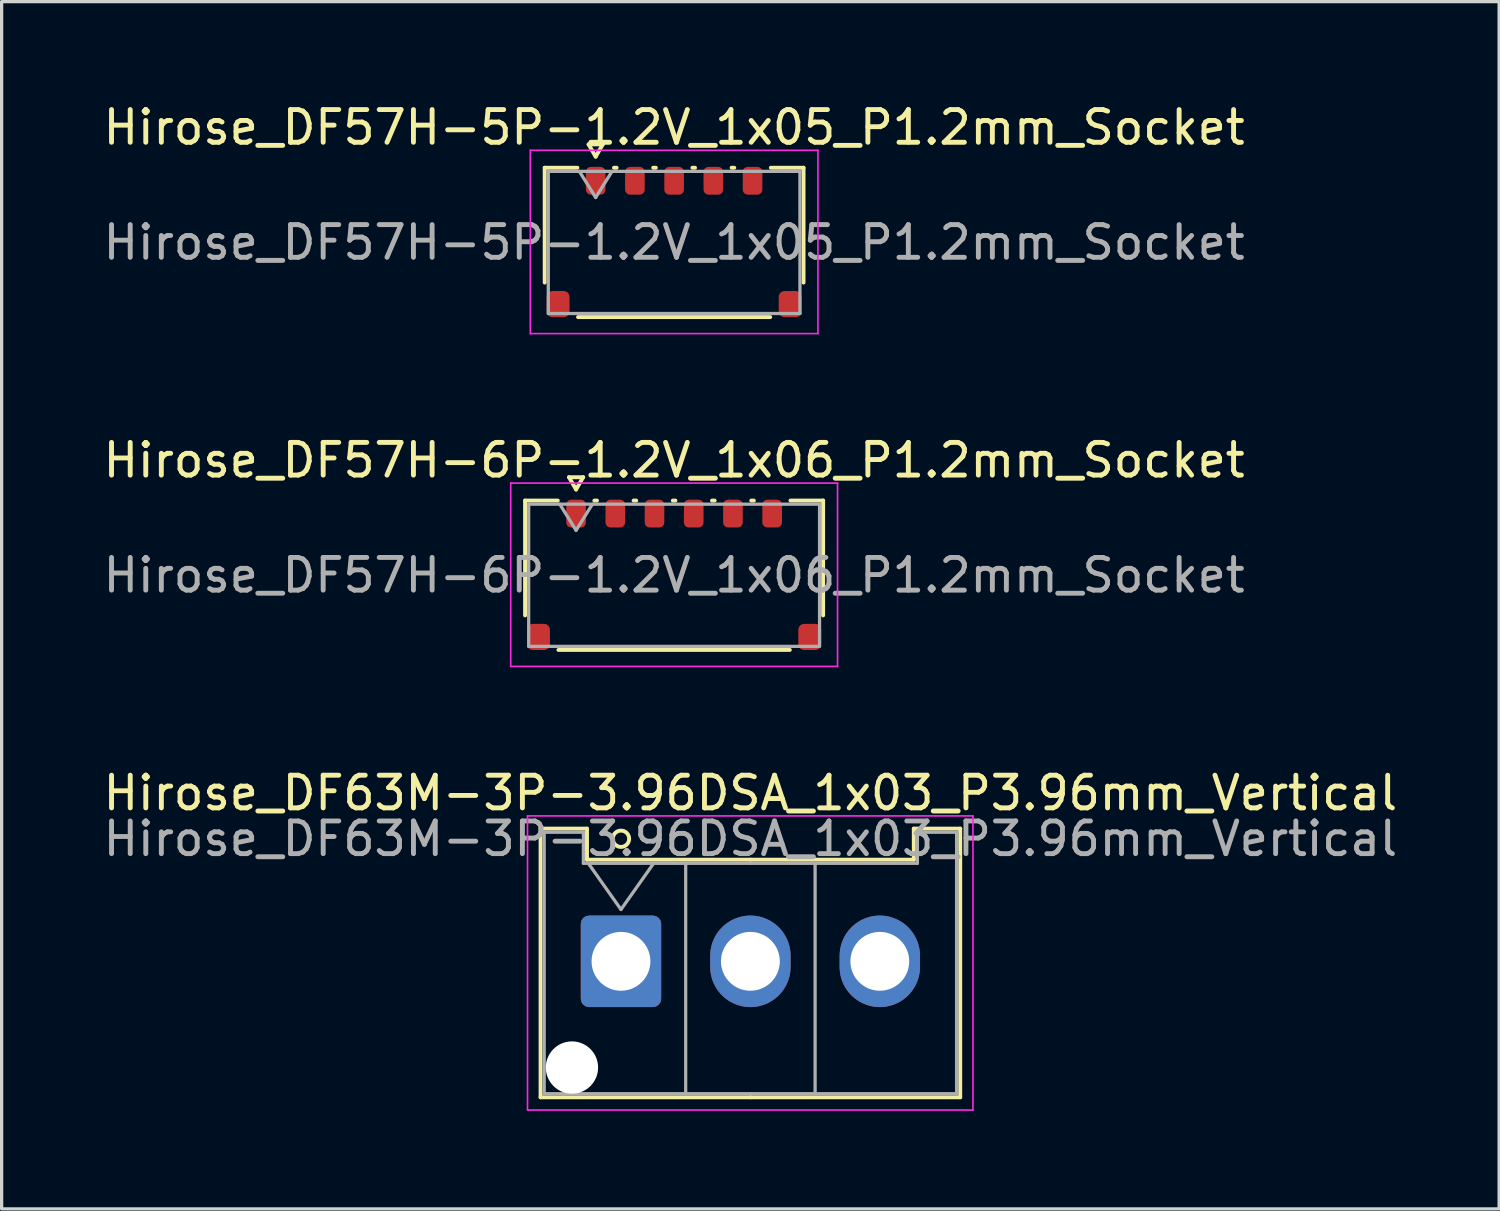
<source format=kicad_pcb>
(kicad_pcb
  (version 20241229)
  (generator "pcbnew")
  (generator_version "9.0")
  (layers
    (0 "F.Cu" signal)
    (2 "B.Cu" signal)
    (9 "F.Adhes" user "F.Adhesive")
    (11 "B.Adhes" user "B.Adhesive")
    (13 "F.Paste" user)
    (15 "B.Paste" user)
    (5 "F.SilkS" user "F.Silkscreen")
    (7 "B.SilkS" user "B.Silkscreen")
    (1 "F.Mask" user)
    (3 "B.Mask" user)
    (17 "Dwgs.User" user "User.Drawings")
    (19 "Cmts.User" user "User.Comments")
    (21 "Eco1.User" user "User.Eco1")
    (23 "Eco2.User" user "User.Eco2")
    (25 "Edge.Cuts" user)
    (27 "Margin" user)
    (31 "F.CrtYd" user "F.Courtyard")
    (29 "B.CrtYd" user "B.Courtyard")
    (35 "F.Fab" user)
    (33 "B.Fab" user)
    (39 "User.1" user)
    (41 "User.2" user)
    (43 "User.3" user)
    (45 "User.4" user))
  (footprint "Hirose_DF57H-5P-1.2V_1x05_P1.2mm_Socket"
    (layer "F.Cu")
    (at 17.577 4.368)
    (property "Reference" "Hirose_DF57H-5P-1.2V_1x05_P1.2mm_Socket" (at 0 -3.52 0) (layer "F.SilkS") (effects (font (size 1 1) (thickness 0.15))))
    (attr smd)
    (fp_line (start -3.96 -2.285) (end -2.96 -2.285) (stroke (width 0.12) (type solid)) (layer "F.SilkS"))
    (fp_line (start -3.96 1.228) (end -3.96 -2.285) (stroke (width 0.12) (type solid)) (layer "F.SilkS"))
    (fp_line (start -2.617 -3) (end -2.4 -2.625) (stroke (width 0.12) (type solid)) (layer "F.SilkS"))
    (fp_line (start -2.4 -2.625) (end -2.183 -3) (stroke (width 0.12) (type solid)) (layer "F.SilkS"))
    (fp_line (start -2.183 -3) (end -2.617 -3) (stroke (width 0.12) (type solid)) (layer "F.SilkS"))
    (fp_line (start -1.84 -2.285) (end -1.76 -2.285) (stroke (width 0.12) (type solid)) (layer "F.SilkS"))
    (fp_line (start -0.64 -2.285) (end -0.56 -2.285) (stroke (width 0.12) (type solid)) (layer "F.SilkS"))
    (fp_line (start 0.56 -2.285) (end 0.64 -2.285) (stroke (width 0.12) (type solid)) (layer "F.SilkS"))
    (fp_line (start 1.76 -2.285) (end 1.84 -2.285) (stroke (width 0.12) (type solid)) (layer "F.SilkS"))
    (fp_line (start 2.94 2.285) (end -2.94 2.285) (stroke (width 0.12) (type solid)) (layer "F.SilkS"))
    (fp_line (start 2.96 -2.285) (end 3.96 -2.285) (stroke (width 0.12) (type solid)) (layer "F.SilkS"))
    (fp_line (start 3.96 -2.285) (end 3.96 1.228) (stroke (width 0.12) (type solid)) (layer "F.SilkS"))
    (fp_line (start -4.4 -2.82) (end -4.4 2.79) (stroke (width 0.05) (type solid)) (layer "F.CrtYd"))
    (fp_line (start -4.4 2.79) (end 4.4 2.79) (stroke (width 0.05) (type solid)) (layer "F.CrtYd"))
    (fp_line (start 4.4 -2.82) (end -4.4 -2.82) (stroke (width 0.05) (type solid)) (layer "F.CrtYd"))
    (fp_line (start 4.4 2.79) (end 4.4 -2.82) (stroke (width 0.05) (type solid)) (layer "F.CrtYd"))
    (fp_line (start -3.85 -2.175) (end 3.85 -2.175) (stroke (width 0.1) (type solid)) (layer "F.Fab"))
    (fp_line (start -3.85 2.175) (end -3.85 -2.175) (stroke (width 0.1) (type solid)) (layer "F.Fab"))
    (fp_line (start -2.9 -2.175) (end -2.4 -1.375) (stroke (width 0.1) (type solid)) (layer "F.Fab"))
    (fp_line (start -2.4 -1.375) (end -1.9 -2.175) (stroke (width 0.1) (type solid)) (layer "F.Fab"))
    (fp_line (start 3.85 -2.175) (end 3.85 2.175) (stroke (width 0.1) (type solid)) (layer "F.Fab"))
    (fp_line (start 3.85 2.175) (end -3.85 2.175) (stroke (width 0.1) (type solid)) (layer "F.Fab"))
    (fp_text user "${REFERENCE}" (at 0 0 0) (layer "F.Fab") (effects (font (size 1 1) (thickness 0.15))))
    (pad "" smd roundrect (at -3.55 1.887) (size 0.7 0.8) (layers "F.Cu" "F.Mask" "F.Paste") (roundrect_rratio 0.25))
    (pad "" smd roundrect (at 3.55 1.887) (size 0.7 0.8) (layers "F.Cu" "F.Mask" "F.Paste") (roundrect_rratio 0.25))
    (pad "1" smd roundrect (at -2.4 -1.887) (size 0.6 0.85) (layers "F.Cu" "F.Mask" "F.Paste") (roundrect_rratio 0.25))
    (pad "2" smd roundrect (at -1.2 -1.887) (size 0.6 0.85) (layers "F.Cu" "F.Mask" "F.Paste") (roundrect_rratio 0.25))
    (pad "3" smd roundrect (at 0 -1.887) (size 0.6 0.85) (layers "F.Cu" "F.Mask" "F.Paste") (roundrect_rratio 0.25))
    (pad "4" smd roundrect (at 1.2 -1.887) (size 0.6 0.85) (layers "F.Cu" "F.Mask" "F.Paste") (roundrect_rratio 0.25))
    (pad "5" smd roundrect (at 2.4 -1.887) (size 0.6 0.85) (layers "F.Cu" "F.Mask" "F.Paste") (roundrect_rratio 0.25))
    (zone (net_name "") (layer "F.Cu") (name "keepout") (hatch edge 0.5) (connect_pads) (min_thickness 0.25) (filled_areas_thickness no) (keepout (tracks not_allowed) (vias not_allowed) (pads allowed) (copperpour not_allowed) (footprints allowed)) (placement (enabled no)) (fill) (polygon (pts (xy 14.527 2.906) (xy 20.627 2.906) (xy 20.627 4.106) (xy 14.527 4.106)))))
  (footprint "Hirose_DF57H-6P-1.2V_1x06_P1.2mm_Socket"
    (layer "F.Cu")
    (at 17.577 14.552)
    (property "Reference" "Hirose_DF57H-6P-1.2V_1x06_P1.2mm_Socket" (at 0 -3.52 0) (layer "F.SilkS") (effects (font (size 1 1) (thickness 0.15))))
    (attr smd)
    (fp_line (start -4.56 -2.285) (end -3.56 -2.285) (stroke (width 0.12) (type solid)) (layer "F.SilkS"))
    (fp_line (start -4.56 1.228) (end -4.56 -2.285) (stroke (width 0.12) (type solid)) (layer "F.SilkS"))
    (fp_line (start -3.217 -3) (end -3 -2.625) (stroke (width 0.12) (type solid)) (layer "F.SilkS"))
    (fp_line (start -3 -2.625) (end -2.783 -3) (stroke (width 0.12) (type solid)) (layer "F.SilkS"))
    (fp_line (start -2.783 -3) (end -3.217 -3) (stroke (width 0.12) (type solid)) (layer "F.SilkS"))
    (fp_line (start -2.44 -2.285) (end -2.36 -2.285) (stroke (width 0.12) (type solid)) (layer "F.SilkS"))
    (fp_line (start -1.24 -2.285) (end -1.16 -2.285) (stroke (width 0.12) (type solid)) (layer "F.SilkS"))
    (fp_line (start -0.04 -2.285) (end 0.04 -2.285) (stroke (width 0.12) (type solid)) (layer "F.SilkS"))
    (fp_line (start 1.16 -2.285) (end 1.24 -2.285) (stroke (width 0.12) (type solid)) (layer "F.SilkS"))
    (fp_line (start 2.36 -2.285) (end 2.44 -2.285) (stroke (width 0.12) (type solid)) (layer "F.SilkS"))
    (fp_line (start 3.54 2.285) (end -3.54 2.285) (stroke (width 0.12) (type solid)) (layer "F.SilkS"))
    (fp_line (start 3.56 -2.285) (end 4.56 -2.285) (stroke (width 0.12) (type solid)) (layer "F.SilkS"))
    (fp_line (start 4.56 -2.285) (end 4.56 1.228) (stroke (width 0.12) (type solid)) (layer "F.SilkS"))
    (fp_line (start -5 -2.82) (end -5 2.79) (stroke (width 0.05) (type solid)) (layer "F.CrtYd"))
    (fp_line (start -5 2.79) (end 5 2.79) (stroke (width 0.05) (type solid)) (layer "F.CrtYd"))
    (fp_line (start 5 -2.82) (end -5 -2.82) (stroke (width 0.05) (type solid)) (layer "F.CrtYd"))
    (fp_line (start 5 2.79) (end 5 -2.82) (stroke (width 0.05) (type solid)) (layer "F.CrtYd"))
    (fp_line (start -4.45 -2.175) (end 4.45 -2.175) (stroke (width 0.1) (type solid)) (layer "F.Fab"))
    (fp_line (start -4.45 2.175) (end -4.45 -2.175) (stroke (width 0.1) (type solid)) (layer "F.Fab"))
    (fp_line (start -3.5 -2.175) (end -3 -1.375) (stroke (width 0.1) (type solid)) (layer "F.Fab"))
    (fp_line (start -3 -1.375) (end -2.5 -2.175) (stroke (width 0.1) (type solid)) (layer "F.Fab"))
    (fp_line (start 4.45 -2.175) (end 4.45 2.175) (stroke (width 0.1) (type solid)) (layer "F.Fab"))
    (fp_line (start 4.45 2.175) (end -4.45 2.175) (stroke (width 0.1) (type solid)) (layer "F.Fab"))
    (fp_text user "${REFERENCE}" (at 0 0 0) (layer "F.Fab") (effects (font (size 1 1) (thickness 0.15))))
    (pad "" smd roundrect (at -4.15 1.887) (size 0.7 0.8) (layers "F.Cu" "F.Mask" "F.Paste") (roundrect_rratio 0.25))
    (pad "" smd roundrect (at 4.15 1.887) (size 0.7 0.8) (layers "F.Cu" "F.Mask" "F.Paste") (roundrect_rratio 0.25))
    (pad "1" smd roundrect (at -3 -1.887) (size 0.6 0.85) (layers "F.Cu" "F.Mask" "F.Paste") (roundrect_rratio 0.25))
    (pad "2" smd roundrect (at -1.8 -1.887) (size 0.6 0.85) (layers "F.Cu" "F.Mask" "F.Paste") (roundrect_rratio 0.25))
    (pad "3" smd roundrect (at -0.6 -1.887) (size 0.6 0.85) (layers "F.Cu" "F.Mask" "F.Paste") (roundrect_rratio 0.25))
    (pad "4" smd roundrect (at 0.6 -1.887) (size 0.6 0.85) (layers "F.Cu" "F.Mask" "F.Paste") (roundrect_rratio 0.25))
    (pad "5" smd roundrect (at 1.8 -1.887) (size 0.6 0.85) (layers "F.Cu" "F.Mask" "F.Paste") (roundrect_rratio 0.25))
    (pad "6" smd roundrect (at 3 -1.887) (size 0.6 0.85) (layers "F.Cu" "F.Mask" "F.Paste") (roundrect_rratio 0.25))
    (zone (net_name "") (layer "F.Cu") (name "keepout") (hatch edge 0.5) (connect_pads) (min_thickness 0.25) (filled_areas_thickness no) (keepout (tracks not_allowed) (vias not_allowed) (pads allowed) (copperpour not_allowed) (footprints allowed)) (placement (enabled no)) (fill) (polygon (pts (xy 13.927 13.089) (xy 21.227 13.089) (xy 21.227 14.289) (xy 13.927 14.289)))))
  (footprint "Hirose_DF63M-3P-3.96DSA_1x03_P3.96mm_Vertical"
    (layer "F.Cu")
    (at 15.951 26.365)
    (property "Reference" "Hirose_DF63M-3P-3.96DSA_1x03_P3.96mm_Vertical" (at 3.96 -5.15 0) (layer "F.SilkS") (effects (font (size 1 1) (thickness 0.15))))
    (attr through_hole)
    (fp_line (start -2.46 -4.06) (end -1.04 -4.06) (stroke (width 0.12) (type solid)) (layer "F.SilkS"))
    (fp_line (start -2.46 4.16) (end -2.46 -4.06) (stroke (width 0.12) (type solid)) (layer "F.SilkS"))
    (fp_line (start -1.04 -4.06) (end -1.04 -3.11) (stroke (width 0.12) (type solid)) (layer "F.SilkS"))
    (fp_line (start -1.04 -3.11) (end 3.96 -3.11) (stroke (width 0.12) (type solid)) (layer "F.SilkS"))
    (fp_line (start 3.96 4.16) (end -2.46 4.16) (stroke (width 0.12) (type solid)) (layer "F.SilkS"))
    (fp_line (start 3.96 4.16) (end 10.38 4.16) (stroke (width 0.12) (type solid)) (layer "F.SilkS"))
    (fp_line (start 8.96 -4.06) (end 8.96 -3.11) (stroke (width 0.12) (type solid)) (layer "F.SilkS"))
    (fp_line (start 8.96 -3.11) (end 3.96 -3.11) (stroke (width 0.12) (type solid)) (layer "F.SilkS"))
    (fp_line (start 10.38 -4.06) (end 8.96 -4.06) (stroke (width 0.12) (type solid)) (layer "F.SilkS"))
    (fp_line (start 10.38 4.16) (end 10.38 -4.06) (stroke (width 0.12) (type solid)) (layer "F.SilkS"))
    (fp_circle (center 0 -3.75) (end 0.25 -3.75) (stroke (width 0.12) (type solid)) (fill no) (layer "F.SilkS"))
    (fp_line (start -2.86 -4.45) (end -2.86 4.55) (stroke (width 0.05) (type solid)) (layer "F.CrtYd"))
    (fp_line (start -2.86 4.55) (end 10.77 4.55) (stroke (width 0.05) (type solid)) (layer "F.CrtYd"))
    (fp_line (start 10.77 -4.45) (end -2.86 -4.45) (stroke (width 0.05) (type solid)) (layer "F.CrtYd"))
    (fp_line (start 10.77 4.55) (end 10.77 -4.45) (stroke (width 0.05) (type solid)) (layer "F.CrtYd"))
    (fp_line (start -2.35 -3.95) (end -1.15 -3.95) (stroke (width 0.1) (type solid)) (layer "F.Fab"))
    (fp_line (start -2.35 4.05) (end -2.35 -3.95) (stroke (width 0.1) (type solid)) (layer "F.Fab"))
    (fp_line (start -1.15 -3.95) (end -1.15 -3) (stroke (width 0.1) (type solid)) (layer "F.Fab"))
    (fp_line (start -1.15 -3) (end 3.96 -3) (stroke (width 0.1) (type solid)) (layer "F.Fab"))
    (fp_line (start -1 -3) (end 0 -1.586) (stroke (width 0.1) (type solid)) (layer "F.Fab"))
    (fp_line (start 0 -1.586) (end 1 -3) (stroke (width 0.1) (type solid)) (layer "F.Fab"))
    (fp_line (start 1.98 -3) (end 1.98 4.05) (stroke (width 0.1) (type solid)) (layer "F.Fab"))
    (fp_line (start 3.96 4.05) (end -2.35 4.05) (stroke (width 0.1) (type solid)) (layer "F.Fab"))
    (fp_line (start 3.96 4.05) (end 10.27 4.05) (stroke (width 0.1) (type solid)) (layer "F.Fab"))
    (fp_line (start 5.94 -3) (end 5.94 4.05) (stroke (width 0.1) (type solid)) (layer "F.Fab"))
    (fp_line (start 9.07 -3.95) (end 9.07 -3) (stroke (width 0.1) (type solid)) (layer "F.Fab"))
    (fp_line (start 9.07 -3) (end 3.96 -3) (stroke (width 0.1) (type solid)) (layer "F.Fab"))
    (fp_line (start 10.27 -3.95) (end 9.07 -3.95) (stroke (width 0.1) (type solid)) (layer "F.Fab"))
    (fp_line (start 10.27 4.05) (end 10.27 -3.95) (stroke (width 0.1) (type solid)) (layer "F.Fab"))
    (fp_text user "${REFERENCE}" (at 3.96 -3.75 0) (layer "F.Fab") (effects (font (size 1 1) (thickness 0.15))))
    (pad "" np_thru_hole circle (at -1.5 3.25) (size 1.6 1.6) (drill 1.6) (layers "*.Cu" "*.Mask"))
    (pad "1" thru_hole roundrect (at 0 0) (size 2.46 2.8) (drill 1.8) (layers "*.Cu" "*.Mask") (roundrect_rratio 0.102))
    (pad "2" thru_hole oval (at 3.96 0) (size 2.46 2.8) (drill 1.8) (layers "*.Cu" "*.Mask"))
    (pad "3" thru_hole oval (at 7.92 0) (size 2.46 2.8) (drill 1.8) (layers "*.Cu" "*.Mask")))
  (gr_rect
    (start -3 -3)
    (end 42.821 33.94)
    (stroke (width 0.1) (type default))
    (fill no)
    (layer "Edge.Cuts")))
</source>
